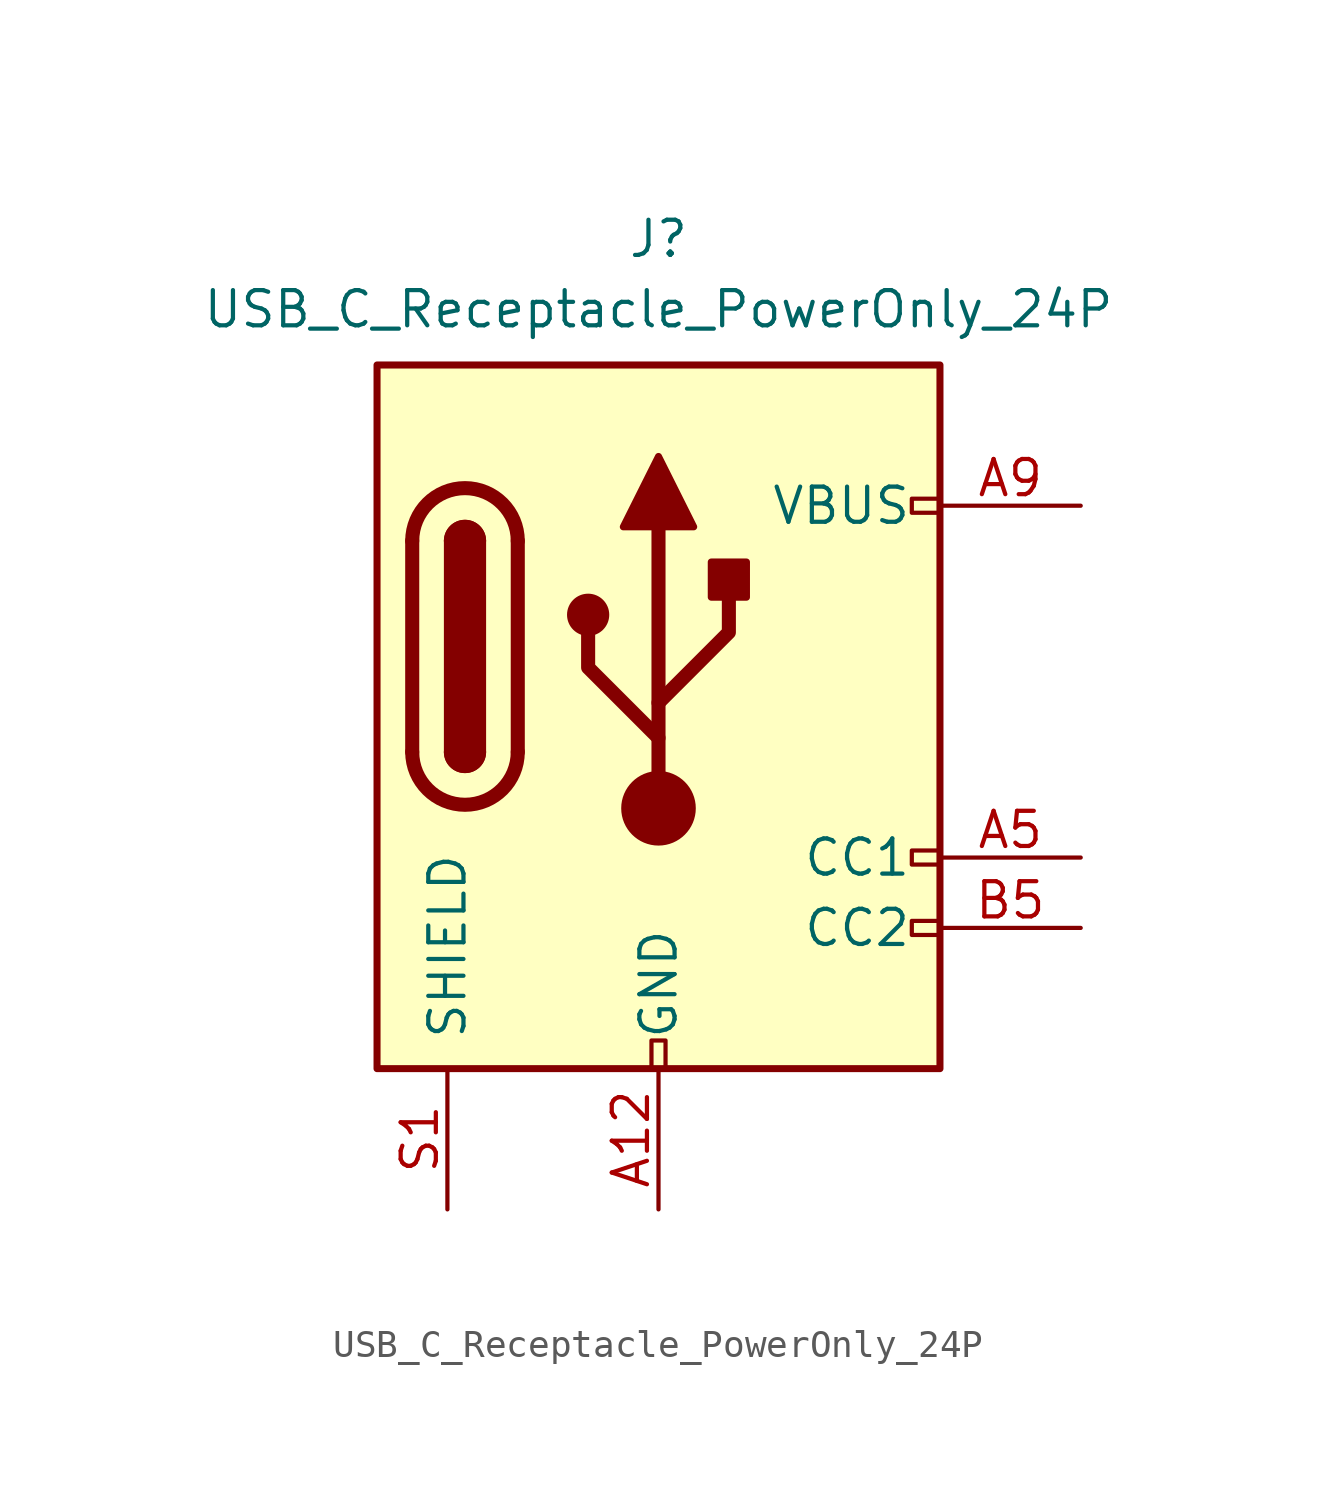
<source format=kicad_sym>
(kicad_symbol_lib
  (version 20241209)
  (generator "kicad_symbol_editor")
  (generator_version "9.0")
  (symbol "USB_C_Receptacle_PowerOnly_24P"
    (pin_names
      (offset 1.016))
    (property "Reference" "J"
      (at 0 16.51 0)
      (effects (font (size 1.27 1.27)) (justify bottom)))
    (property "Value" "USB_C_Receptacle_PowerOnly_24P"
      (at 0 13.97 0)
      (effects (font (size 1.27 1.27)) (justify bottom)))
    (symbol "USB_C_Receptacle_PowerOnly_24P_0_0"
      (rectangle (start -0.254 -12.7) (end 0.254 -11.684) (stroke (width 0) (type default)) (fill (type none)))
      (rectangle (start 10.16 7.874) (end 9.144 7.366) (stroke (width 0) (type default)) (fill (type none)))
      (rectangle (start 10.16 -4.826) (end 9.144 -5.334) (stroke (width 0) (type default)) (fill (type none)))
      (rectangle (start 10.16 -7.366) (end 9.144 -7.874) (stroke (width 0) (type default)) (fill (type none))))
    (symbol "USB_C_Receptacle_PowerOnly_24P_0_1"
      (rectangle (start -10.16 12.7) (end 10.16 -12.7) (stroke (width 0.254) (type default)) (fill (type background)))
      (polyline (pts (xy -8.89 -1.27) (xy -8.89 6.35)) (stroke (width 0.508) (type default)) (fill (type none)))
      (rectangle (start -7.62 -1.27) (end -6.35 6.35) (stroke (width 0.254) (type default)) (fill (type outline)))
      (arc (start -7.62 6.35) (mid -6.985 6.9823) (end -6.35 6.35) (stroke (width 0.254) (type default)) (fill (type none)))
      (arc (start -7.62 6.35) (mid -6.985 6.9823) (end -6.35 6.35) (stroke (width 0.254) (type default)) (fill (type outline)))
      (arc (start -8.89 6.35) (mid -6.985 8.2467) (end -5.08 6.35) (stroke (width 0.508) (type default)) (fill (type none)))
      (arc (start -5.08 -1.27) (mid -6.985 -3.1667) (end -8.89 -1.27) (stroke (width 0.508) (type default)) (fill (type none)))
      (arc (start -6.35 -1.27) (mid -6.985 -1.9023) (end -7.62 -1.27) (stroke (width 0.254) (type default)) (fill (type none)))
      (arc (start -6.35 -1.27) (mid -6.985 -1.9023) (end -7.62 -1.27) (stroke (width 0.254) (type default)) (fill (type outline)))
      (polyline (pts (xy -5.08 6.35) (xy -5.08 -1.27)) (stroke (width 0.508) (type default)) (fill (type none)))
      (circle (center -2.54 3.683) (radius 0.635) (stroke (width 0.254) (type default)) (fill (type outline)))
      (polyline (pts (xy -1.27 6.858) (xy 0 9.398) (xy 1.27 6.858) (xy -1.27 6.858)) (stroke (width 0.254) (type default)) (fill (type outline)))
      (polyline (pts (xy 0 0.508) (xy 2.54 3.048) (xy 2.54 4.318)) (stroke (width 0.508) (type default)) (fill (type none)))
      (polyline (pts (xy 0 -0.762) (xy -2.54 1.778) (xy -2.54 3.048)) (stroke (width 0.508) (type default)) (fill (type none)))
      (polyline (pts (xy 0 -3.302) (xy 0 6.858)) (stroke (width 0.508) (type default)) (fill (type none)))
      (circle (center 0 -3.302) (radius 1.27) (stroke (width 0) (type default)) (fill (type outline)))
      (rectangle (start 1.905 4.318) (end 3.175 5.588) (stroke (width 0.254) (type default)) (fill (type outline))))
    (symbol "USB_C_Receptacle_PowerOnly_24P_1_1"
      (pin passive line (at -7.62 -17.78 90) (length 5.08) (name "SHIELD" (effects (font (size 1.27 1.27)))) (number "S1" (effects (font (size 1.27 1.27)))))
      (pin passive line (at 0 -17.78 90) (length 5.08) (hide yes) (name "GND" (effects (font (size 1.27 1.27)))) (number "A1" (effects (font (size 1.27 1.27)))))
      (pin power_in line (at 0 -17.78 90) (length 5.08) (name "GND" (effects (font (size 1.27 1.27)))) (number "A12" (effects (font (size 1.27 1.27)))))
      (pin passive line (at 0 -17.78 90) (length 5.08) (hide yes) (name "GND" (effects (font (size 1.27 1.27)))) (number "B1" (effects (font (size 1.27 1.27)))))
      (pin passive line (at 0 -17.78 90) (length 5.08) (hide yes) (name "GND" (effects (font (size 1.27 1.27)))) (number "B12" (effects (font (size 1.27 1.27)))))
      (pin passive line (at 15.24 7.62 180) (length 5.08) (hide yes) (name "VBUS" (effects (font (size 1.27 1.27)))) (number "A4" (effects (font (size 1.27 1.27)))))
      (pin power_in line (at 15.24 7.62 180) (length 5.08) (name "VBUS" (effects (font (size 1.27 1.27)))) (number "A9" (effects (font (size 1.27 1.27)))))
      (pin passive line (at 15.24 7.62 180) (length 5.08) (hide yes) (name "VBUS" (effects (font (size 1.27 1.27)))) (number "B4" (effects (font (size 1.27 1.27)))))
      (pin passive line (at 15.24 7.62 180) (length 5.08) (hide yes) (name "VBUS" (effects (font (size 1.27 1.27)))) (number "B9" (effects (font (size 1.27 1.27)))))
      (pin bidirectional line (at 15.24 -5.08 180) (length 5.08) (name "CC1" (effects (font (size 1.27 1.27)))) (number "A5" (effects (font (size 1.27 1.27)))))
      (pin bidirectional line (at 15.24 -7.62 180) (length 5.08) (name "CC2" (effects (font (size 1.27 1.27)))) (number "B5" (effects (font (size 1.27 1.27))))))))
</source>
